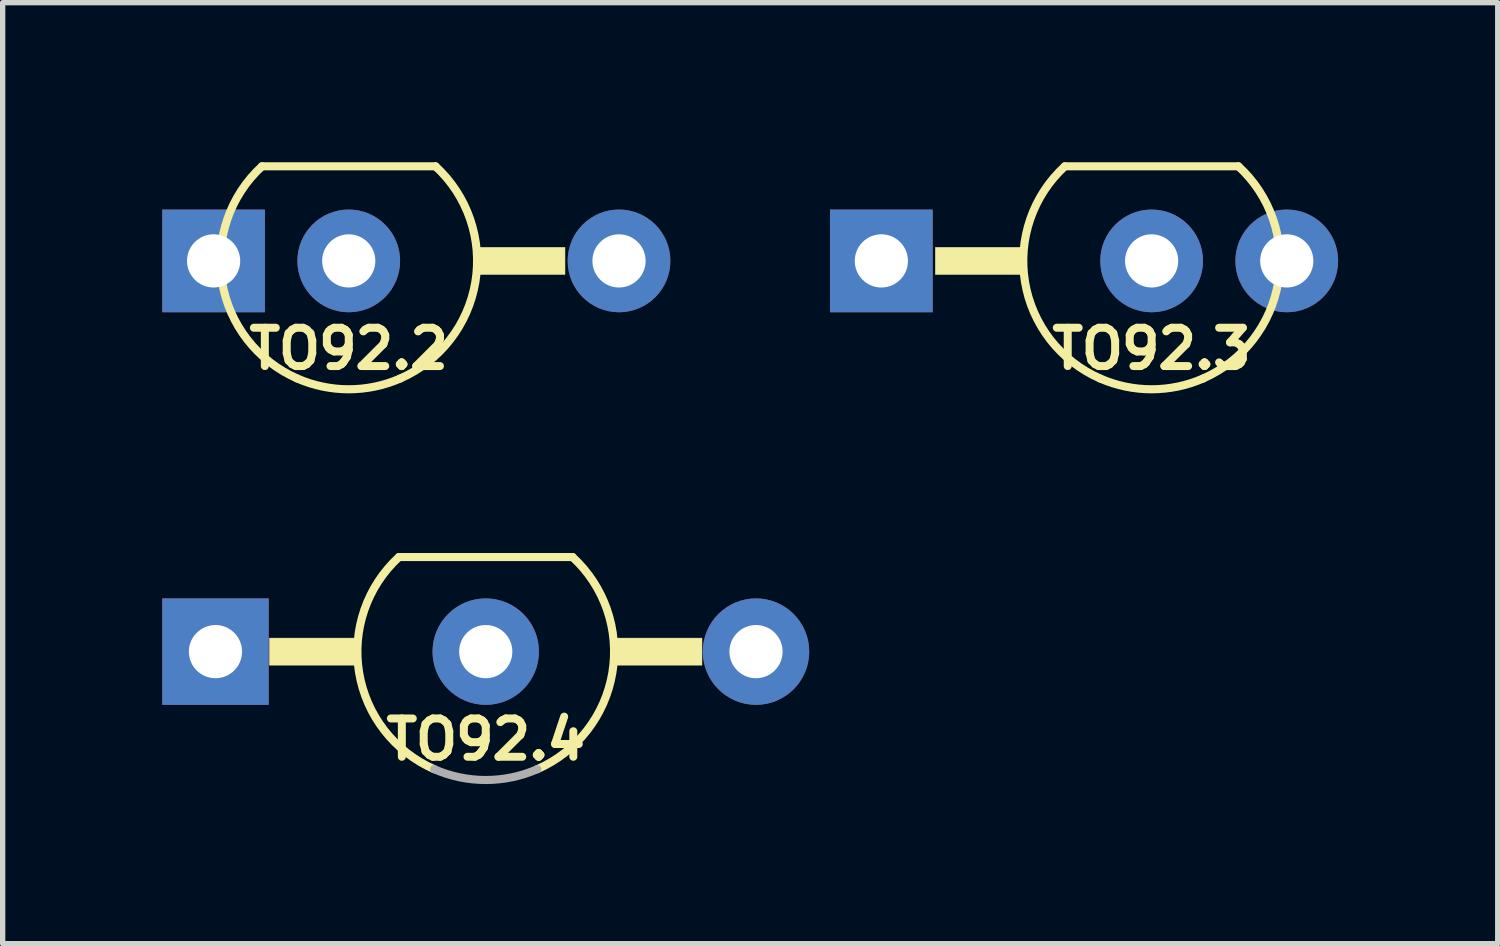
<source format=kicad_pcb>
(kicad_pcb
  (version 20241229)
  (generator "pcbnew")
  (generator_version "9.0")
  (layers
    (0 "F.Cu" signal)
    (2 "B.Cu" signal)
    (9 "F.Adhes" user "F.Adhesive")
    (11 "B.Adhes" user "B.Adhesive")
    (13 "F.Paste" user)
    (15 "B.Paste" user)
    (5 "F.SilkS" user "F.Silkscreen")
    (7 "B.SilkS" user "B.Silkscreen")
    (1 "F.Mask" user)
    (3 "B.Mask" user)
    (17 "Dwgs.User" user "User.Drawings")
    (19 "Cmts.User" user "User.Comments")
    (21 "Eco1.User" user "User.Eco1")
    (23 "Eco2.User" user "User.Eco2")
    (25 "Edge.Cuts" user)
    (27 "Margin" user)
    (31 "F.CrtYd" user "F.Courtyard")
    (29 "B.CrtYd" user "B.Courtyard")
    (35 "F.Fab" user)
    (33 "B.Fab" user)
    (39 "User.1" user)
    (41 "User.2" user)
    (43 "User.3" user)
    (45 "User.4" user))
  (footprint "TO92.2"
    (layer "F.Cu")
    (at 3.505 1.854)
    (property "Reference" "TO92.2" (at 0 1.651 0) (layer "F.SilkS") (effects (font (size 0.72 0.72) (thickness 0.15))))
    (attr through_hole)
    (fp_line (start 1.631 -1.778) (end -1.631 -1.778) (stroke (width 0.152) (type solid)) (layer "F.SilkS"))
    (fp_arc (start -0.9689 2.209799) (mid -2.380094 0.395238) (end -1.631 -1.778) (stroke (width 0.1524) (type solid)) (layer "F.SilkS"))
    (fp_arc (start 0.9692 2.2098) (mid 0 2.412999) (end -0.9692 2.2098) (stroke (width 0.1524) (type solid)) (layer "F.SilkS"))
    (fp_arc (start 1.631001 -1.778) (mid 2.380096 0.395238) (end 0.9689 2.2098) (stroke (width 0.1524) (type solid)) (layer "F.SilkS"))
    (fp_poly (pts (xy 2.413 -0.254) (xy 4.064 -0.254) (xy 4.064 0.254) (xy 2.413 0.254)) (stroke (width 0.01) (type solid)) (fill yes) (layer "F.SilkS"))
    (pad "1" thru_hole rect (at -2.54 0) (size 1.93 1.93) (drill 1) (layers "*.Cu" "*.Mask"))
    (pad "2" thru_hole circle (at 0 0) (size 1.93 1.93) (drill 1) (layers "*.Cu" "*.Mask"))
    (pad "3" thru_hole circle (at 5.08 0) (size 1.93 1.93) (drill 1) (layers "*.Cu" "*.Mask")))
  (footprint "TO92.4"
    (layer "F.Cu")
    (at 6.08 9.198)
    (property "Reference" "TO92.4" (at 0 1.651 0) (layer "F.SilkS") (effects (font (size 0.72 0.72) (thickness 0.15))))
    (attr through_hole)
    (fp_line (start 1.631 -1.778) (end -1.631 -1.778) (stroke (width 0.152) (type solid)) (layer "F.SilkS"))
    (fp_arc (start -0.9689 2.209799) (mid -2.380094 0.395238) (end -1.631 -1.778) (stroke (width 0.1524) (type solid)) (layer "F.SilkS"))
    (fp_arc (start 1.631001 -1.778) (mid 2.380096 0.395238) (end 0.9689 2.2098) (stroke (width 0.1524) (type solid)) (layer "F.SilkS"))
    (fp_poly (pts (xy -4.064 -0.254) (xy -2.413 -0.254) (xy -2.413 0.254) (xy -4.064 0.254)) (stroke (width 0.01) (type solid)) (fill yes) (layer "F.SilkS"))
    (fp_poly (pts (xy 2.413 -0.254) (xy 4.064 -0.254) (xy 4.064 0.254) (xy 2.413 0.254)) (stroke (width 0.01) (type solid)) (fill yes) (layer "F.SilkS"))
    (fp_arc (start 0.9692 2.2098) (mid 0 2.412999) (end -0.9692 2.2098) (stroke (width 0.1524) (type solid)) (layer "F.Fab"))
    (pad "1" thru_hole rect (at -5.08 0) (size 2 2) (drill 1) (layers "*.Cu" "*.Mask"))
    (pad "2" thru_hole circle (at 0 0) (size 2 2) (drill 1) (layers "*.Cu" "*.Mask"))
    (pad "3" thru_hole circle (at 5.08 0) (size 2 2) (drill 1) (layers "*.Cu" "*.Mask")))
  (footprint "TO92.3"
    (layer "F.Cu")
    (at 18.596 1.854)
    (property "Reference" "TO92.3" (at 0 1.651 0) (layer "F.SilkS") (effects (font (size 0.72 0.72) (thickness 0.15))))
    (attr through_hole)
    (fp_line (start 1.631 -1.778) (end -1.631 -1.778) (stroke (width 0.152) (type solid)) (layer "F.SilkS"))
    (fp_arc (start -0.9689 2.209799) (mid -2.380094 0.395238) (end -1.631 -1.778) (stroke (width 0.1524) (type solid)) (layer "F.SilkS"))
    (fp_arc (start 0.9692 2.2098) (mid 0 2.412999) (end -0.9692 2.2098) (stroke (width 0.1524) (type solid)) (layer "F.SilkS"))
    (fp_arc (start 1.631001 -1.778) (mid 2.380096 0.395238) (end 0.9689 2.2098) (stroke (width 0.1524) (type solid)) (layer "F.SilkS"))
    (fp_poly (pts (xy -4.064 -0.254) (xy -2.413 -0.254) (xy -2.413 0.254) (xy -4.064 0.254)) (stroke (width 0.01) (type solid)) (fill yes) (layer "F.SilkS"))
    (pad "1" thru_hole rect (at -5.08 0) (size 1.93 1.93) (drill 1) (layers "*.Cu" "*.Mask"))
    (pad "2" thru_hole circle (at 0 0) (size 1.93 1.93) (drill 1) (layers "*.Cu" "*.Mask"))
    (pad "3" thru_hole circle (at 2.54 0) (size 1.93 1.93) (drill 1) (layers "*.Cu" "*.Mask")))
  (gr_rect
    (start -3 -3)
    (end 25.101 14.687)
    (stroke (width 0.1) (type default))
    (fill no)
    (layer "Edge.Cuts")))
</source>
